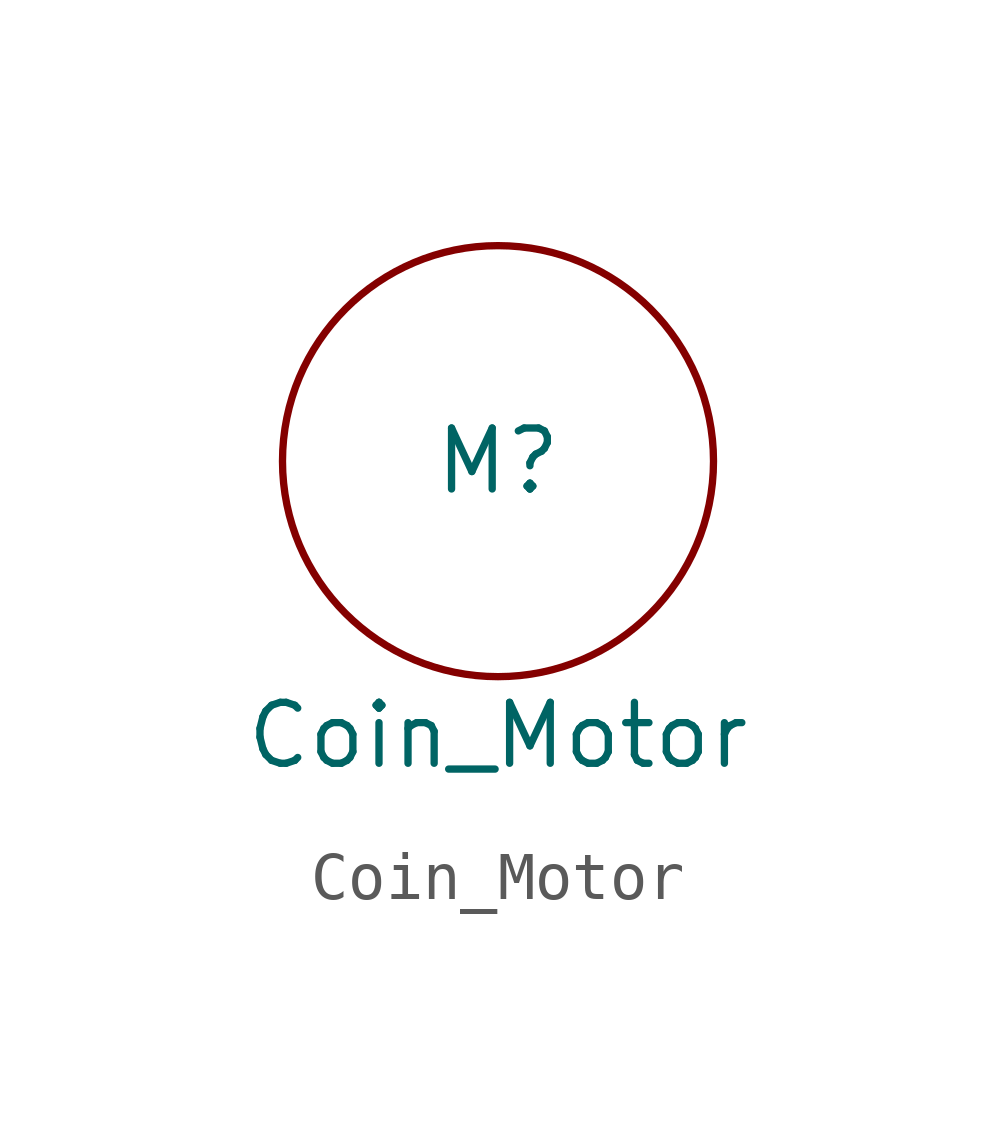
<source format=kicad_sym>
(kicad_symbol_lib
  (version 20211014)
  (generator kicad_symbol_editor)
  (symbol "Coin_Motor"
    (property "Reference" "M"
      (at 0 0 0)
      (effects (font (size 1.27 1.27))))
    (property "Value" "Coin_Motor"
      (at 0 -5.715 0)
      (effects (font (size 1.27 1.27))))
    (symbol "Coin_Motor_0_1"
      (circle (center 0 0) (radius 4.49) (stroke (width 0) (type default) (color 0 0 0 0)) (fill (type none))))))
</source>
